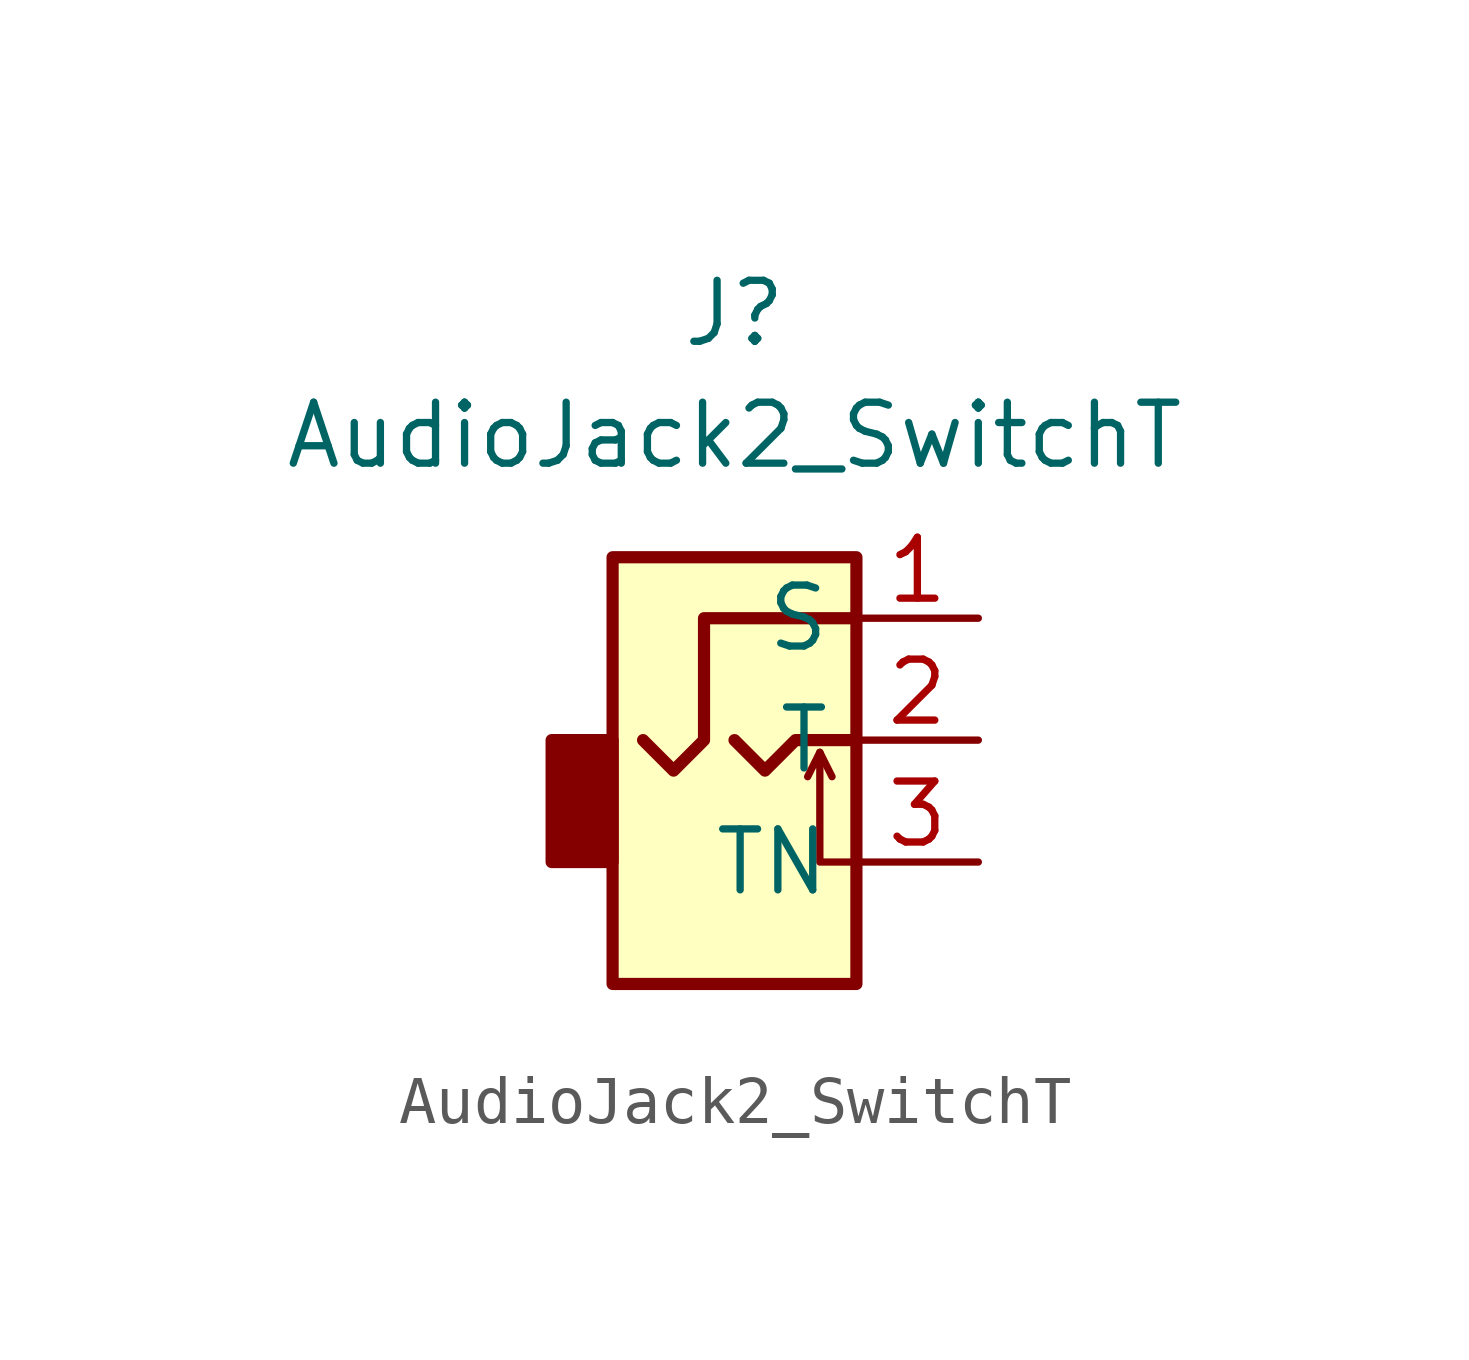
<source format=kicad_sym>
(kicad_symbol_lib
  (version 20220914)
  (generator kicad_symbol_editor)
  (symbol "AudioJack2_SwitchT"
    (property "Reference" "J"
      (at 0 8.89 0)
      (effects (font (size 1.27 1.27))))
    (property "Value" "AudioJack2_SwitchT"
      (at 0 6.35 0)
      (effects (font (size 1.27 1.27))))
    (symbol "AudioJack2_SwitchT_0_1"
      (rectangle (start -2.54 0) (end -3.81 -2.54) (stroke (width 0.254) (type default)) (fill (type outline)))
      (polyline (pts (xy 1.778 -0.254) (xy 2.032 -0.762)) (stroke (width 0) (type default)) (fill (type none)))
      (polyline (pts (xy 0 0) (xy 0.635 -0.635) (xy 1.27 0) (xy 2.54 0)) (stroke (width 0.254) (type default)) (fill (type none)))
      (polyline (pts (xy 2.54 -2.54) (xy 1.778 -2.54) (xy 1.778 -0.254) (xy 1.524 -0.762)) (stroke (width 0) (type default)) (fill (type none)))
      (polyline (pts (xy 2.54 2.54) (xy -0.635 2.54) (xy -0.635 0) (xy -1.27 -0.635) (xy -1.905 0)) (stroke (width 0.254) (type default)) (fill (type none)))
      (rectangle (start 2.54 3.81) (end -2.54 -5.08) (stroke (width 0.254) (type default)) (fill (type background))))
    (symbol "AudioJack2_SwitchT_1_1"
      (pin passive line (at 5.08 2.54 180) (length 2.54) (name "S" (effects (font (size 1.27 1.27)))) (number "1" (effects (font (size 1.27 1.27)))))
      (pin passive line (at 5.08 0 180) (length 2.54) (name "T" (effects (font (size 1.27 1.27)))) (number "2" (effects (font (size 1.27 1.27)))))
      (pin passive line (at 5.08 -2.54 180) (length 2.54) (name "TN" (effects (font (size 1.27 1.27)))) (number "3" (effects (font (size 1.27 1.27))))))))
</source>
